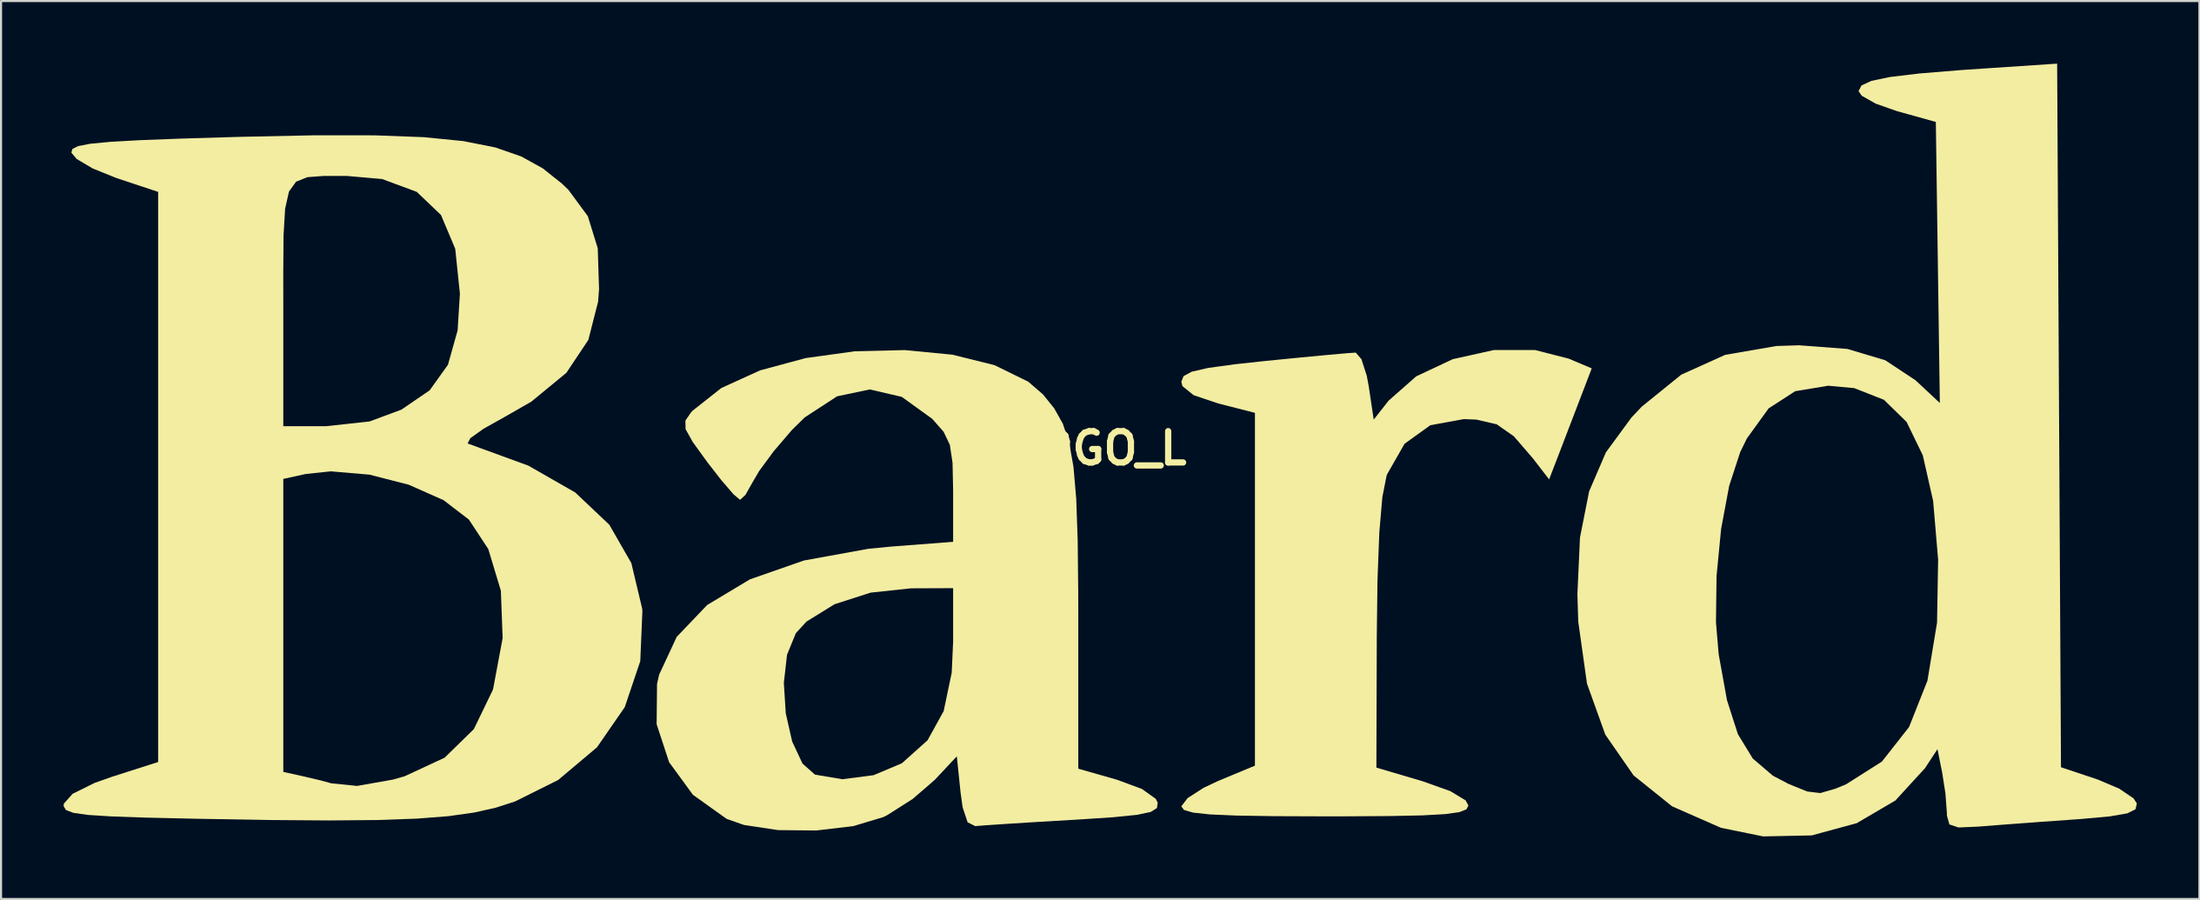
<source format=kicad_pcb>
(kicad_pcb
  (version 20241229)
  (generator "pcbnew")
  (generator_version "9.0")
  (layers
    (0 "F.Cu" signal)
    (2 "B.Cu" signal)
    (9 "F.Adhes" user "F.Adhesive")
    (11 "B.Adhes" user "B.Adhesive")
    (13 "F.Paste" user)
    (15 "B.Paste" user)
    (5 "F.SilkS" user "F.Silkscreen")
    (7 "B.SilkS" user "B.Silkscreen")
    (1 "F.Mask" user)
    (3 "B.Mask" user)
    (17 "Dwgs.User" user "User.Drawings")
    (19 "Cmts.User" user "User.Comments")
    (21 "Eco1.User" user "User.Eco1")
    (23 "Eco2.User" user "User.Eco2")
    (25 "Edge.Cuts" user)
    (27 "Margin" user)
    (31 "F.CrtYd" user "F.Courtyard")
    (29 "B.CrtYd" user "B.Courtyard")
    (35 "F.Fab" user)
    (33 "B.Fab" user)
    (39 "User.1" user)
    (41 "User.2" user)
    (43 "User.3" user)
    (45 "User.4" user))
  (footprint "LOGO_L"
    (layer "F.Cu")
    (at 49.685 18.435)
    (property "Reference" "LOGO_L" (at 0 0 0) (layer "F.SilkS") (effects (font (size 1.5 1.5) (thickness 0.3))))
    (attr board_only exclude_from_pos_files exclude_from_bom)
    (fp_poly (pts (xy 22.446 -4.297) (xy 23.549 -3.831) (xy 22.917 -2.18) (xy 22.453 -0.971) (xy 22.027 0.14) (xy 21.896 0.481) (xy 21.507 1.49) (xy 20.728 0.481) (xy 19.815 -0.577) (xy 18.994 -1.15) (xy 18.023 -1.375) (xy 17.422 -1.4) (xy 15.816 -1.107) (xy 14.579 -0.218) (xy 13.744 1.242) (xy 13.714 1.328) (xy 13.515 2.339) (xy 13.369 4.026) (xy 13.28 6.358) (xy 13.248 8.974) (xy 13.229 15.303) (xy 15.434 15.954) (xy 16.768 16.428) (xy 17.507 16.875) (xy 17.639 17.122) (xy 17.544 17.303) (xy 17.204 17.437) (xy 16.531 17.531) (xy 15.44 17.592) (xy 13.846 17.625) (xy 11.661 17.638) (xy 10.76 17.639) (xy 8.325 17.63) (xy 6.514 17.601) (xy 5.246 17.546) (xy 4.438 17.458) (xy 4.01 17.333) (xy 3.881 17.164) (xy 3.881 17.157) (xy 4.181 16.764) (xy 4.953 16.268) (xy 5.644 15.942) (xy 7.408 15.209) (xy 7.408 6.755) (xy 7.408 -1.699) (xy 5.644 -2.151) (xy 4.469 -2.546) (xy 3.932 -2.981) (xy 3.881 -3.19) (xy 3.987 -3.46) (xy 4.381 -3.672) (xy 5.172 -3.853) (xy 6.473 -4.031) (xy 7.87 -4.182) (xy 9.497 -4.343) (xy 10.874 -4.474) (xy 11.846 -4.56) (xy 12.24 -4.586) (xy 12.512 -4.272) (xy 12.768 -3.475) (xy 12.86 -2.982) (xy 13.101 -1.377) (xy 13.816 -2.286) (xy 15.135 -3.447) (xy 16.887 -4.271) (xy 18.857 -4.709) (xy 20.834 -4.71)) (stroke (width 0) (type solid)) (fill yes) (layer "F.SilkS"))
    (fp_poly (pts (xy 45.946 -1.575) (xy 46.038 15.285) (xy 47.801 15.875) (xy 48.832 16.312) (xy 49.516 16.778) (xy 49.673 17.018) (xy 49.611 17.297) (xy 49.218 17.495) (xy 48.376 17.641) (xy 46.967 17.768) (xy 46.674 17.789) (xy 45.047 17.905) (xy 43.492 18.02) (xy 42.29 18.113) (xy 42.069 18.131) (xy 41.126 18.172) (xy 40.691 18.026) (xy 40.572 17.608) (xy 40.569 17.463) (xy 40.499 16.535) (xy 40.344 15.544) (xy 40.119 14.419) (xy 39.521 15.33) (xy 38.102 16.879) (xy 36.249 17.966) (xy 34.093 18.552) (xy 31.764 18.6) (xy 29.748 18.189) (xy 27.4 17.158) (xy 25.555 15.677) (xy 24.2 13.724) (xy 23.321 11.276) (xy 22.907 8.337) (xy 29.503 8.337) (xy 29.632 9.868) (xy 30.032 12.076) (xy 30.555 13.702) (xy 31.267 14.867) (xy 32.232 15.692) (xy 32.985 16.086) (xy 33.874 16.447) (xy 34.496 16.524) (xy 35.216 16.317) (xy 35.736 16.104) (xy 37.456 15.014) (xy 38.757 13.358) (xy 39.638 11.138) (xy 40.098 8.356) (xy 40.15 5.337) (xy 39.911 2.524) (xy 39.416 0.337) (xy 38.638 -1.265) (xy 37.552 -2.325) (xy 36.13 -2.884) (xy 34.881 -2.999) (xy 33.301 -2.737) (xy 32.027 -1.913) (xy 30.985 -0.472) (xy 30.666 0.178) (xy 30.138 1.793) (xy 29.751 3.856) (xy 29.531 6.12) (xy 29.503 8.337) (xy 22.907 8.337) (xy 22.903 8.309) (xy 22.862 6.996) (xy 22.986 4.277) (xy 23.425 2.06) (xy 24.229 0.194) (xy 25.452 -1.474) (xy 25.949 -1.999) (xy 27.84 -3.529) (xy 29.945 -4.479) (xy 32.4 -4.903) (xy 33.49 -4.937) (xy 35.803 -4.762) (xy 37.617 -4.219) (xy 39.058 -3.267) (xy 39.138 -3.194) (xy 40.232 -2.172) (xy 40.136 -8.907) (xy 40.04 -15.641) (xy 38.188 -16.156) (xy 37.164 -16.515) (xy 36.491 -16.895) (xy 36.336 -17.116) (xy 36.476 -17.388) (xy 36.952 -17.609) (xy 37.848 -17.796) (xy 39.247 -17.963) (xy 41.233 -18.126) (xy 42.242 -18.195) (xy 45.854 -18.435)) (stroke (width 0) (type solid)) (fill yes) (layer "F.SilkS"))
    (fp_poly (pts (xy -7.093 -4.487) (xy -5.072 -3.985) (xy -3.455 -3.192) (xy -2.747 -2.581) (xy -2.21 -1.913) (xy -1.799 -1.18) (xy -1.497 -0.279) (xy -1.288 0.89) (xy -1.156 2.428) (xy -1.086 4.436) (xy -1.06 7.015) (xy -1.058 8.019) (xy -1.058 15.355) (xy 0.789 15.881) (xy 1.995 16.327) (xy 2.66 16.804) (xy 2.748 16.987) (xy 2.712 17.241) (xy 2.417 17.426) (xy 1.754 17.566) (xy 0.614 17.681) (xy -1.112 17.795) (xy -1.304 17.806) (xy -2.987 17.905) (xy -4.44 17.996) (xy -5.501 18.067) (xy -5.997 18.107) (xy -6.363 17.923) (xy -6.602 17.202) (xy -6.703 16.465) (xy -6.879 14.762) (xy -7.938 15.892) (xy -8.989 16.801) (xy -10.207 17.577) (xy -10.407 17.676) (xy -11.839 18.107) (xy -13.611 18.316) (xy -15.448 18.298) (xy -17.077 18.052) (xy -17.913 17.759) (xy -19.528 16.604) (xy -20.668 15.043) (xy -21.265 13.225) (xy -21.247 11.3) (xy -21.234 11.241) (xy -15.169 11.241) (xy -15.078 12.695) (xy -14.77 14.052) (xy -14.275 15.109) (xy -13.678 15.639) (xy -12.365 15.86) (xy -10.868 15.666) (xy -9.536 15.105) (xy -9.489 15.074) (xy -8.281 13.992) (xy -7.509 12.593) (xy -7.124 10.756) (xy -7.056 9.26) (xy -7.056 6.703) (xy -9.084 6.711) (xy -11.01 6.917) (xy -12.74 7.473) (xy -14.082 8.303) (xy -14.594 8.86) (xy -15.017 9.895) (xy -15.169 11.241) (xy -21.234 11.241) (xy -21.146 10.848) (xy -20.304 9.038) (xy -18.844 7.51) (xy -16.801 6.283) (xy -14.212 5.378) (xy -11.113 4.815) (xy -10.014 4.709) (xy -7.056 4.482) (xy -7.056 2.037) (xy -7.084 0.697) (xy -7.214 -0.169) (xy -7.513 -0.792) (xy -8.049 -1.401) (xy -8.069 -1.42) (xy -9.517 -2.465) (xy -11.049 -2.821) (xy -12.616 -2.492) (xy -14.168 -1.481) (xy -14.788 -0.872) (xy -15.651 0.137) (xy -16.349 1.084) (xy -16.645 1.588) (xy -17.01 2.234) (xy -17.267 2.469) (xy -17.577 2.209) (xy -18.164 1.528) (xy -18.827 0.677) (xy -19.542 -0.311) (xy -19.878 -0.919) (xy -19.887 -1.328) (xy -19.621 -1.716) (xy -19.552 -1.794) (xy -18.166 -2.889) (xy -16.31 -3.734) (xy -14.128 -4.323) (xy -11.767 -4.65) (xy -9.374 -4.707)) (stroke (width 0) (type solid)) (fill yes) (layer "F.SilkS"))
    (fp_poly (pts (xy -34.776 -14.999) (xy -32.422 -14.911) (xy -30.523 -14.722) (xy -28.995 -14.418) (xy -27.755 -13.987) (xy -26.72 -13.415) (xy -25.808 -12.688) (xy -25.491 -12.384) (xy -24.564 -11.126) (xy -24.088 -9.588) (xy -24.025 -7.627) (xy -24.072 -7.022) (xy -24.539 -5.195) (xy -25.591 -3.618) (xy -27.271 -2.236) (xy -28.546 -1.505) (xy -29.563 -0.936) (xy -30.195 -0.484) (xy -30.325 -0.235) (xy -30.294 -0.221) (xy -27.409 0.833) (xy -25.167 2.117) (xy -23.534 3.662) (xy -22.478 5.501) (xy -21.962 7.668) (xy -21.948 7.804) (xy -22.05 10.202) (xy -22.793 12.404) (xy -24.124 14.33) (xy -25.986 15.897) (xy -28.046 16.923) (xy -28.969 17.222) (xy -30.007 17.456) (xy -31.243 17.63) (xy -32.761 17.748) (xy -34.644 17.815) (xy -36.978 17.835) (xy -39.844 17.814) (xy -43.328 17.754) (xy -43.504 17.75) (xy -45.76 17.699) (xy -47.402 17.642) (xy -48.524 17.57) (xy -49.217 17.472) (xy -49.573 17.336) (xy -49.685 17.153) (xy -49.677 17.033) (xy -49.255 16.558) (xy -48.206 16.038) (xy -47.359 15.739) (xy -46.641 15.509) (xy -39.158 15.509) (xy -38.188 15.723) (xy -37.349 15.921) (xy -36.865 16.054) (xy -35.626 16.181) (xy -33.908 15.878) (xy -33.346 15.719) (xy -31.426 14.827) (xy -30.024 13.456) (xy -29.123 11.592) (xy -29.096 11.504) (xy -28.646 9.094) (xy -28.731 6.826) (xy -29.333 4.83) (xy -30.264 3.415) (xy -31.478 2.485) (xy -33.145 1.746) (xy -35.027 1.263) (xy -36.882 1.104) (xy -38.086 1.232) (xy -39.158 1.467) (xy -39.158 8.488) (xy -39.158 15.509) (xy -46.641 15.509) (xy -45.156 15.034) (xy -45.156 1.373) (xy -45.156 -8.391) (xy -39.16 -8.391) (xy -39.158 -6.841) (xy -39.158 -1.058) (xy -37.116 -1.058) (xy -35.019 -1.288) (xy -33.5 -1.852) (xy -32.144 -2.778) (xy -31.265 -4.006) (xy -30.803 -5.654) (xy -30.694 -7.408) (xy -30.918 -9.561) (xy -31.601 -11.182) (xy -32.762 -12.29) (xy -34.419 -12.904) (xy -36.113 -13.053) (xy -37.207 -13.054) (xy -38.002 -12.994) (xy -38.546 -12.777) (xy -38.886 -12.304) (xy -39.071 -11.48) (xy -39.146 -10.208) (xy -39.16 -8.391) (xy -45.156 -8.391) (xy -45.156 -12.288) (xy -47.184 -12.964) (xy -48.288 -13.409) (xy -49.063 -13.868) (xy -49.316 -14.172) (xy -49.266 -14.345) (xy -48.989 -14.484) (xy -48.408 -14.596) (xy -47.442 -14.688) (xy -46.014 -14.768) (xy -44.046 -14.843) (xy -41.457 -14.92) (xy -41.177 -14.928) (xy -37.666 -15.001)) (stroke (width 0) (type solid)) (fill yes) (layer "F.SilkS")))
  (gr_rect
    (start -3 -3)
    (end 102.358 40.035)
    (stroke (width 0.1) (type default))
    (fill no)
    (layer "Edge.Cuts")))
</source>
